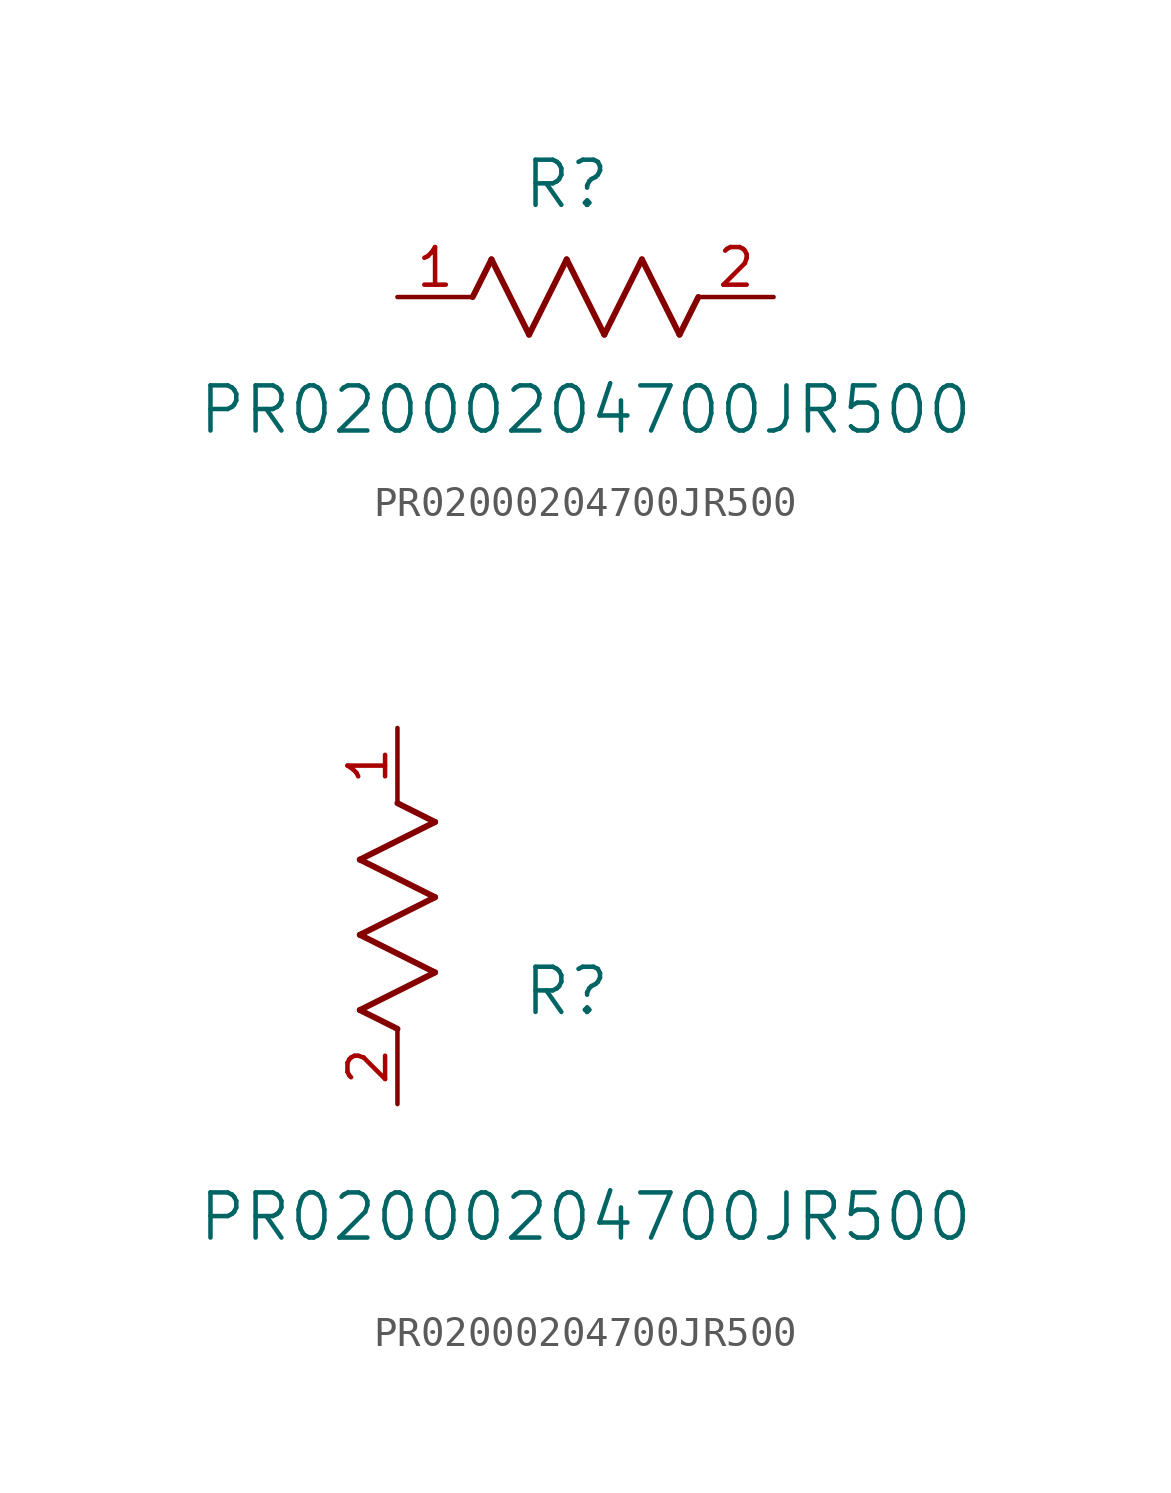
<source format=kicad_sym>
(kicad_symbol_lib
  (version 20211014)
  (generator kicad_symbol_editor)
  (symbol "PR02000204700JR500"
    (pin_names
      (offset 0.254))
    (property "Reference" "R"
      (at 5.715 3.81 0)
      (effects (font (size 1.524 1.524))))
    (property "Value" "PR02000204700JR500"
      (at 6.35 -3.81 0)
      (effects (font (size 1.524 1.524))))
    (symbol "PR02000204700JR500_1_1"
      (polyline (pts (xy 3.175 1.27) (xy 4.445 -1.27)) (stroke (width 0.203) (type default) (color 0 0 0 0)) (fill (type none)))
      (polyline (pts (xy 4.445 -1.27) (xy 5.715 1.27)) (stroke (width 0.203) (type default) (color 0 0 0 0)) (fill (type none)))
      (polyline (pts (xy 5.715 1.27) (xy 6.985 -1.27)) (stroke (width 0.203) (type default) (color 0 0 0 0)) (fill (type none)))
      (polyline (pts (xy 6.985 -1.27) (xy 8.255 1.27)) (stroke (width 0.203) (type default) (color 0 0 0 0)) (fill (type none)))
      (polyline (pts (xy 8.255 1.27) (xy 9.525 -1.27)) (stroke (width 0.203) (type default) (color 0 0 0 0)) (fill (type none)))
      (polyline (pts (xy 2.54 0) (xy 3.175 1.27)) (stroke (width 0.203) (type default) (color 0 0 0 0)) (fill (type none)))
      (polyline (pts (xy 9.525 -1.27) (xy 10.16 0)) (stroke (width 0.203) (type default) (color 0 0 0 0)) (fill (type none)))
      (pin unspecified line (at 0 0 0) (length 2.54) (name "" (effects (font (size 1.27 1.27)))) (number "1" (effects (font (size 1.27 1.27)))))
      (pin unspecified line (at 12.7 0 180) (length 2.54) (name "" (effects (font (size 1.27 1.27)))) (number "2" (effects (font (size 1.27 1.27))))))
    (symbol "PR02000204700JR500_1_2"
      (polyline (pts (xy 0 2.54) (xy -1.27 3.175)) (stroke (width 0.203) (type default) (color 0 0 0 0)) (fill (type none)))
      (polyline (pts (xy -1.27 3.175) (xy 1.27 4.445)) (stroke (width 0.203) (type default) (color 0 0 0 0)) (fill (type none)))
      (polyline (pts (xy 1.27 4.445) (xy -1.27 5.715)) (stroke (width 0.203) (type default) (color 0 0 0 0)) (fill (type none)))
      (polyline (pts (xy -1.27 5.715) (xy 1.27 6.985)) (stroke (width 0.203) (type default) (color 0 0 0 0)) (fill (type none)))
      (polyline (pts (xy -1.27 8.255) (xy 1.27 9.525)) (stroke (width 0.203) (type default) (color 0 0 0 0)) (fill (type none)))
      (polyline (pts (xy 1.27 9.525) (xy 0 10.16)) (stroke (width 0.203) (type default) (color 0 0 0 0)) (fill (type none)))
      (polyline (pts (xy 1.27 6.985) (xy -1.27 8.255)) (stroke (width 0.203) (type default) (color 0 0 0 0)) (fill (type none)))
      (pin unspecified line (at 0 12.7 270) (length 2.54) (name "" (effects (font (size 1.27 1.27)))) (number "1" (effects (font (size 1.27 1.27)))))
      (pin unspecified line (at 0 0 90) (length 2.54) (name "" (effects (font (size 1.27 1.27)))) (number "2" (effects (font (size 1.27 1.27))))))))
</source>
